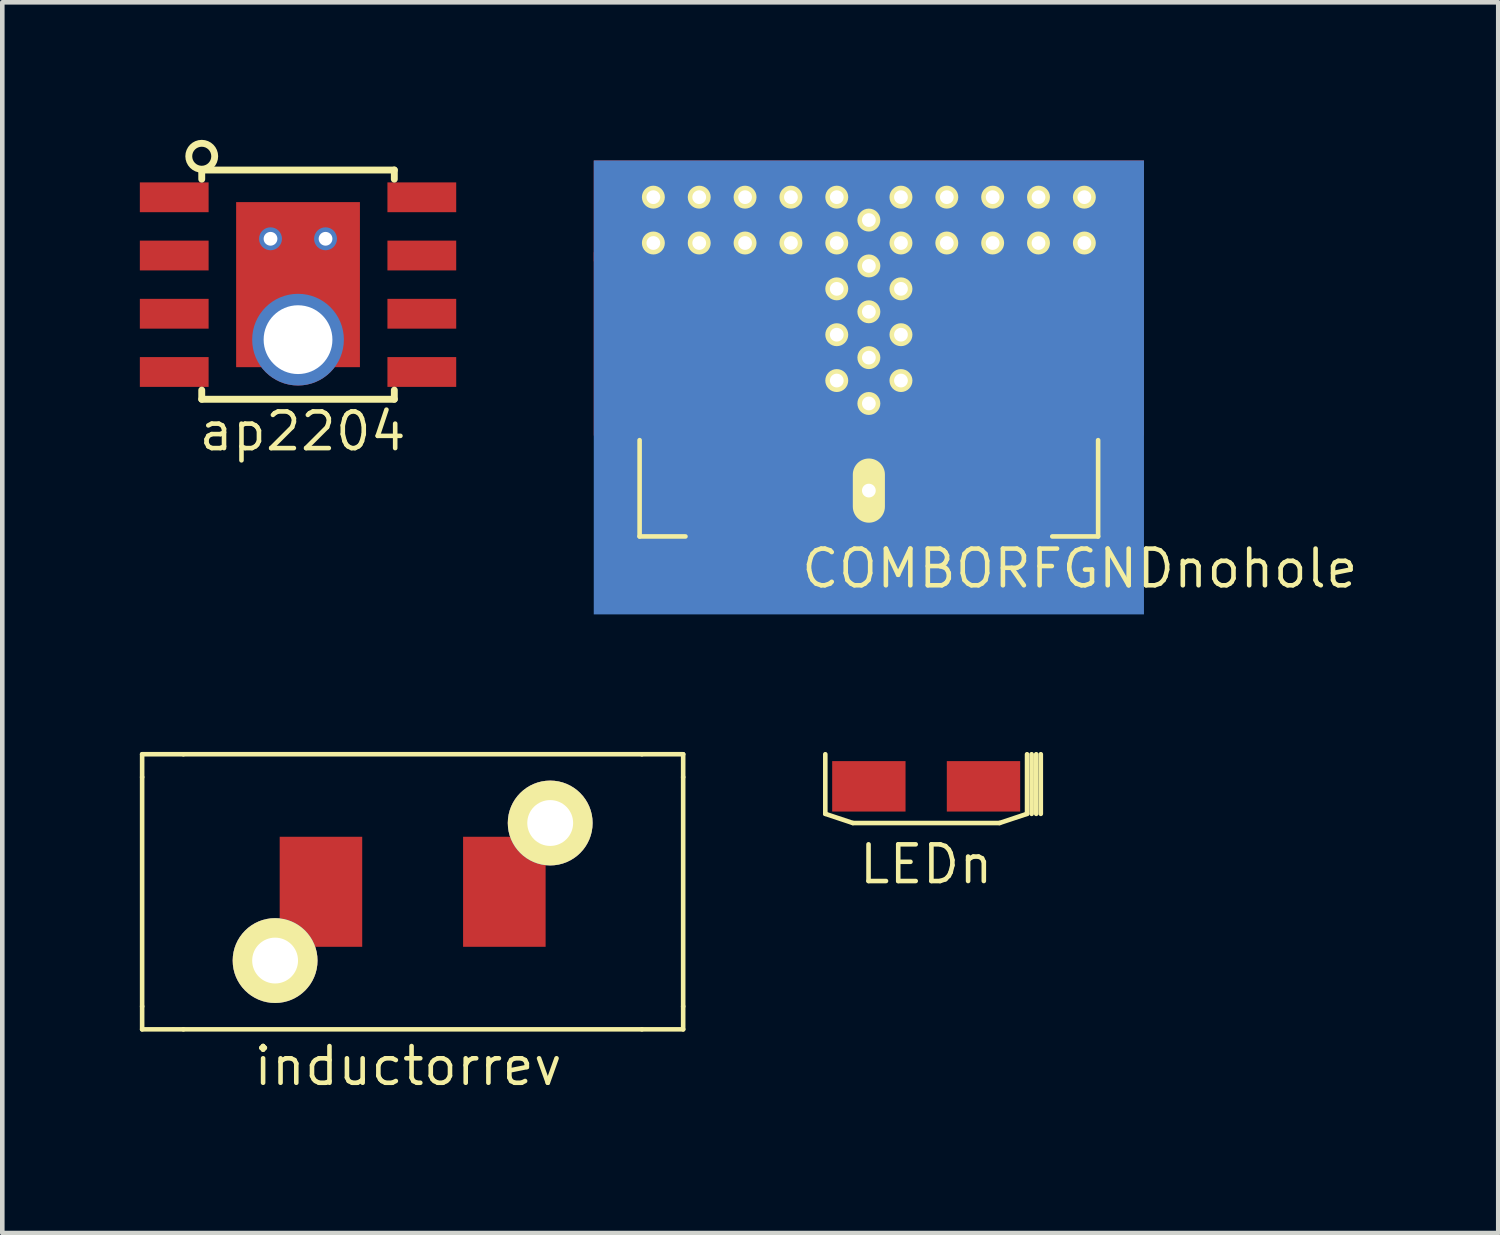
<source format=kicad_pcb>
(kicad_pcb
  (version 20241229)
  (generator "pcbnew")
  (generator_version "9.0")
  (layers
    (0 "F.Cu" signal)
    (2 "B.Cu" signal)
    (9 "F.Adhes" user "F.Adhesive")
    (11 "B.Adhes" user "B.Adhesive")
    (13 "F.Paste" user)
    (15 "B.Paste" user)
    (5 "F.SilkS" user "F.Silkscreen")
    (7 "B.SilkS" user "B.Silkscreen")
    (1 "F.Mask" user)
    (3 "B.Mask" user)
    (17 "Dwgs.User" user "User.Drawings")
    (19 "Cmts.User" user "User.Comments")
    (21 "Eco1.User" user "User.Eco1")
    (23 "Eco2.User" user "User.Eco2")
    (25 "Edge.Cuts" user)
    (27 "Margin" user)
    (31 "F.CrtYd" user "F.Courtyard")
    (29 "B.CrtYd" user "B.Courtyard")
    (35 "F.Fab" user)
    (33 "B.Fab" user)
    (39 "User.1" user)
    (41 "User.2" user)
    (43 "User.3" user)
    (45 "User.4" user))
  (footprint "ap2204"
    (layer "F.Cu")
    (at 3.45 3.158)
    (property "Reference" "ap2204" (at 0.1 3.2 0) (layer "F.SilkS") (effects (font (size 0.8 0.8) (thickness 0.1))))
    (attr through_hole)
    (fp_line (start -2.1 -2.5) (end 2.1 -2.5) (stroke (width 0.15) (type solid)) (layer "F.SilkS"))
    (fp_line (start -2.1 -2.3) (end -2.1 -2.5) (stroke (width 0.15) (type solid)) (layer "F.SilkS"))
    (fp_line (start -2.1 2.3) (end -2.1 2.5) (stroke (width 0.15) (type solid)) (layer "F.SilkS"))
    (fp_line (start -2.1 2.5) (end 2.1 2.5) (stroke (width 0.15) (type solid)) (layer "F.SilkS"))
    (fp_line (start 2.1 -2.5) (end 2.1 -2.3) (stroke (width 0.15) (type solid)) (layer "F.SilkS"))
    (fp_line (start 2.1 2.5) (end 2.1 2.3) (stroke (width 0.15) (type solid)) (layer "F.SilkS"))
    (fp_circle (center -2.1 -2.8) (end -2.3 -3) (stroke (width 0.15) (type solid)) (fill no) (layer "F.SilkS"))
    (pad "1" smd rect (at -2.7 -1.905) (size 1.5 0.65) (layers "F.Cu" "F.Mask" "F.Paste"))
    (pad "2" smd rect (at -2.7 -0.635) (size 1.5 0.65) (layers "F.Cu" "F.Mask" "F.Paste"))
    (pad "3" smd rect (at -2.7 0.635) (size 1.5 0.65) (layers "F.Cu" "F.Mask" "F.Paste"))
    (pad "4" smd rect (at -2.7 1.905) (size 1.5 0.65) (layers "F.Cu" "F.Mask" "F.Paste"))
    (pad "5" smd rect (at 2.7 1.905) (size 1.5 0.65) (layers "F.Cu" "F.Mask" "F.Paste"))
    (pad "6" smd rect (at 2.7 0.635) (size 1.5 0.65) (layers "F.Cu" "F.Mask" "F.Paste"))
    (pad "7" thru_hole circle (at -0.6 -1) (size 0.5 0.5) (drill 0.3) (layers "*.Cu" "*.Mask"))
    (pad "7" smd rect (at 0 0) (size 2.7 3.6) (layers "F.Cu" "F.Mask" "F.Paste"))
    (pad "7" thru_hole circle (at 0 1.2) (size 2 2) (drill 1.5) (layers "*.Cu" "*.Mask"))
    (pad "7" thru_hole circle (at 0.6 -1) (size 0.5 0.5) (drill 0.3) (layers "*.Cu" "*.Mask"))
    (pad "7" smd rect (at 2.7 -0.635) (size 1.5 0.65) (layers "F.Cu" "F.Mask" "F.Paste"))
    (pad "8" smd rect (at 2.7 -1.905) (size 1.5 0.65) (layers "F.Cu" "F.Mask" "F.Paste")))
  (footprint "COMBORFGNDnohole"
    (layer "F.Cu")
    (at 15.9 0.25)
    (property "Reference" "COMBORFGNDnohole" (at 4.6 9.1 0) (layer "F.SilkS") (effects (font (size 0.8 0.8) (thickness 0.1))))
    (attr through_hole)
    (fp_line (start -5 8.4) (end -5 6.3) (stroke (width 0.1) (type solid)) (layer "F.SilkS"))
    (fp_line (start -5 8.4) (end -4 8.4) (stroke (width 0.1) (type solid)) (layer "F.SilkS"))
    (fp_line (start 4 8.4) (end 5 8.4) (stroke (width 0.1) (type solid)) (layer "F.SilkS"))
    (fp_line (start 5 8.4) (end 5 6.3) (stroke (width 0.1) (type solid)) (layer "F.SilkS"))
    (pad "1" smd rect (at -3 6.2 180) (size 2 4.8) (layers "F.Cu" "F.Mask"))
    (pad "1" smd rect (at -1.6 6.3) (size 0.9 1.25) (layers "F.Cu" "F.Mask" "F.Paste"))
    (pad "2" smd rect (at -5.5 4.2 180) (size 1 4) (layers "F.Cu" "F.Mask"))
    (pad "2" thru_hole circle (at -4.7 1 180) (size 0.5 0.5) (drill 0.3) (layers "*.Cu" "*.Mask" "F.SilkS"))
    (pad "2" thru_hole circle (at -4.7 2 180) (size 0.5 0.5) (drill 0.3) (layers "*.Cu" "*.Mask" "F.SilkS"))
    (pad "2" thru_hole circle (at -3.7 1 180) (size 0.5 0.5) (drill 0.3) (layers "*.Cu" "*.Mask" "F.SilkS"))
    (pad "2" thru_hole circle (at -3.7 2 180) (size 0.5 0.5) (drill 0.3) (layers "*.Cu" "*.Mask" "F.SilkS"))
    (pad "2" thru_hole circle (at -2.7 1 180) (size 0.5 0.5) (drill 0.3) (layers "*.Cu" "*.Mask" "F.SilkS"))
    (pad "2" thru_hole circle (at -2.7 2 180) (size 0.5 0.5) (drill 0.3) (layers "*.Cu" "*.Mask" "F.SilkS"))
    (pad "2" thru_hole circle (at -1.7 1 180) (size 0.5 0.5) (drill 0.3) (layers "*.Cu" "*.Mask" "F.SilkS"))
    (pad "2" thru_hole circle (at -1.7 2 180) (size 0.5 0.5) (drill 0.3) (layers "*.Cu" "*.Mask" "F.SilkS"))
    (pad "2" thru_hole circle (at -0.7 1 180) (size 0.5 0.5) (drill 0.3) (layers "*.Cu" "*.Mask" "F.SilkS"))
    (pad "2" thru_hole circle (at -0.7 2 180) (size 0.5 0.5) (drill 0.3) (layers "*.Cu" "*.Mask" "F.SilkS"))
    (pad "2" thru_hole circle (at -0.7 3 180) (size 0.5 0.5) (drill 0.3) (layers "*.Cu" "*.Mask" "F.SilkS"))
    (pad "2" thru_hole circle (at -0.7 4 180) (size 0.5 0.5) (drill 0.3) (layers "*.Cu" "*.Mask" "F.SilkS"))
    (pad "2" thru_hole circle (at -0.7 5 180) (size 0.5 0.5) (drill 0.3) (layers "*.Cu" "*.Mask" "F.SilkS"))
    (pad "2" smd rect (at 0 1.3 180) (size 12 2.2) (layers "F.Cu" "F.Mask"))
    (pad "2" thru_hole circle (at 0 1.5 180) (size 0.5 0.5) (drill 0.3) (layers "*.Cu" "*.Mask" "F.SilkS"))
    (pad "2" thru_hole circle (at 0 2.5 180) (size 0.5 0.5) (drill 0.3) (layers "*.Cu" "*.Mask" "F.SilkS"))
    (pad "2" smd rect (at 0 3) (size 1.9 4.28) (layers "F.Cu" "F.Mask" "F.Paste"))
    (pad "2" thru_hole circle (at 0 3.5 180) (size 0.5 0.5) (drill 0.3) (layers "*.Cu" "*.Mask" "F.SilkS"))
    (pad "2" thru_hole circle (at 0 4.5 180) (size 0.5 0.5) (drill 0.3) (layers "*.Cu" "*.Mask" "F.SilkS"))
    (pad "2" smd rect (at 0 5.15 180) (size 12 9.9) (layers "B.Cu" "B.Mask"))
    (pad "2" smd trapezoid (at 0 5.4 180) (size 1.375 0.525) (rect_delta 0 0.525) (layers "F.Cu" "F.Mask" "F.Paste"))
    (pad "2" thru_hole circle (at 0 5.5 180) (size 0.5 0.5) (drill 0.3) (layers "*.Cu" "*.Mask" "F.SilkS"))
    (pad "2" smd rect (at 0 6.3) (size 0.7 1.4) (layers "F.Cu" "F.Mask" "F.Paste"))
    (pad "2" thru_hole oval (at 0 7.4 180) (size 0.7 1.4) (drill 0.3) (layers "*.Cu" "*.Mask" "F.SilkS"))
    (pad "2" thru_hole circle (at 0.7 1 180) (size 0.5 0.5) (drill 0.3) (layers "*.Cu" "*.Mask" "F.SilkS"))
    (pad "2" thru_hole circle (at 0.7 2 180) (size 0.5 0.5) (drill 0.3) (layers "*.Cu" "*.Mask" "F.SilkS"))
    (pad "2" thru_hole circle (at 0.7 3 180) (size 0.5 0.5) (drill 0.3) (layers "*.Cu" "*.Mask" "F.SilkS"))
    (pad "2" thru_hole circle (at 0.7 4 180) (size 0.5 0.5) (drill 0.3) (layers "*.Cu" "*.Mask" "F.SilkS"))
    (pad "2" thru_hole circle (at 0.7 5 180) (size 0.5 0.5) (drill 0.3) (layers "*.Cu" "*.Mask" "F.SilkS"))
    (pad "2" thru_hole circle (at 1.7 1 180) (size 0.5 0.5) (drill 0.3) (layers "*.Cu" "*.Mask" "F.SilkS"))
    (pad "2" thru_hole circle (at 1.7 2 180) (size 0.5 0.5) (drill 0.3) (layers "*.Cu" "*.Mask" "F.SilkS"))
    (pad "2" thru_hole circle (at 2.7 1 180) (size 0.5 0.5) (drill 0.3) (layers "*.Cu" "*.Mask" "F.SilkS"))
    (pad "2" thru_hole circle (at 2.7 2 180) (size 0.5 0.5) (drill 0.3) (layers "*.Cu" "*.Mask" "F.SilkS"))
    (pad "2" thru_hole circle (at 3.7 1 180) (size 0.5 0.5) (drill 0.3) (layers "*.Cu" "*.Mask" "F.SilkS"))
    (pad "2" thru_hole circle (at 3.7 2 180) (size 0.5 0.5) (drill 0.3) (layers "*.Cu" "*.Mask" "F.SilkS"))
    (pad "2" thru_hole circle (at 4.7 1 180) (size 0.5 0.5) (drill 0.3) (layers "*.Cu" "*.Mask" "F.SilkS"))
    (pad "2" thru_hole circle (at 4.7 2 180) (size 0.5 0.5) (drill 0.3) (layers "*.Cu" "*.Mask" "F.SilkS"))
    (pad "2" smd rect (at 5.5 4.2 180) (size 1 4) (layers "F.Cu" "F.Mask"))
    (pad "3" smd rect (at 1.6 6.3) (size 0.9 1.25) (layers "F.Cu" "F.Mask" "F.Paste"))
    (pad "3" smd rect (at 3 6.2 180) (size 2 4.8) (layers "F.Cu" "F.Mask")))
  (footprint "LEDn"
    (layer "F.Cu")
    (at 17.15 14.1)
    (property "Reference" "LEDn" (at 0 1.7 0) (layer "F.SilkS") (effects (font (size 0.8 0.8) (thickness 0.1))))
    (attr through_hole)
    (fp_line (start -2.2 -0.7) (end -2.2 0.6) (stroke (width 0.1) (type solid)) (layer "F.SilkS"))
    (fp_line (start -2.2 0.6) (end -1.6 0.8) (stroke (width 0.1) (type solid)) (layer "F.SilkS"))
    (fp_line (start -1.6 0.8) (end 1.6 0.8) (stroke (width 0.1) (type solid)) (layer "F.SilkS"))
    (fp_line (start 1.6 0.8) (end 2.2 0.6) (stroke (width 0.1) (type solid)) (layer "F.SilkS"))
    (fp_line (start 2.2 0.6) (end 2.2 -0.7) (stroke (width 0.1) (type solid)) (layer "F.SilkS"))
    (fp_line (start 2.3 -0.7) (end 2.3 0.6) (stroke (width 0.1) (type solid)) (layer "F.SilkS"))
    (fp_line (start 2.4 -0.7) (end 2.4 0.6) (stroke (width 0.1) (type solid)) (layer "F.SilkS"))
    (fp_line (start 2.5 -0.7) (end 2.5 0.6) (stroke (width 0.1) (type solid)) (layer "F.SilkS"))
    (pad "1" smd rect (at 1.25 0) (size 1.6 1.1) (layers "F.Cu" "F.Mask" "F.Paste"))
    (pad "2" smd rect (at -1.25 0) (size 1.6 1.1) (layers "F.Cu" "F.Mask" "F.Paste")))
  (footprint "inductorrev"
    (layer "F.Cu")
    (at 5.95 16.4)
    (property "Reference" "inductorrev" (at -0.1 3.8 0) (layer "F.SilkS") (effects (font (size 0.8 0.8) (thickness 0.1))))
    (attr through_hole)
    (fp_line (start -5.9 -3) (end -5.9 -2.5) (stroke (width 0.1) (type solid)) (layer "F.SilkS"))
    (fp_line (start -5.9 2.5) (end -5.9 -2.5) (stroke (width 0.1) (type solid)) (layer "F.SilkS"))
    (fp_line (start -5.9 2.5) (end -5.9 3) (stroke (width 0.1) (type solid)) (layer "F.SilkS"))
    (fp_line (start -5.9 3) (end -5 3) (stroke (width 0.1) (type solid)) (layer "F.SilkS"))
    (fp_line (start -5 -3) (end -5.9 -3) (stroke (width 0.1) (type solid)) (layer "F.SilkS"))
    (fp_line (start -5 -3) (end 5 -3) (stroke (width 0.1) (type solid)) (layer "F.SilkS"))
    (fp_line (start 5 3) (end -5 3) (stroke (width 0.1) (type solid)) (layer "F.SilkS"))
    (fp_line (start 5 3) (end 5.9 3) (stroke (width 0.1) (type solid)) (layer "F.SilkS"))
    (fp_line (start 5.9 -3) (end 5 -3) (stroke (width 0.1) (type solid)) (layer "F.SilkS"))
    (fp_line (start 5.9 -2.5) (end 5.9 -3) (stroke (width 0.1) (type solid)) (layer "F.SilkS"))
    (fp_line (start 5.9 -2.5) (end 5.9 2.5) (stroke (width 0.1) (type solid)) (layer "F.SilkS"))
    (fp_line (start 5.9 3) (end 5.9 2.5) (stroke (width 0.1) (type solid)) (layer "F.SilkS"))
    (pad "1" thru_hole circle (at -3 1.5) (size 1.85 1.85) (drill 1) (layers "*.Cu" "*.Mask" "F.SilkS"))
    (pad "1" smd rect (at -2 0) (size 1.8 2.4) (layers "F.Cu" "F.Mask" "F.Paste"))
    (pad "2" smd rect (at 2 0) (size 1.8 2.4) (layers "F.Cu" "F.Mask" "F.Paste"))
    (pad "2" thru_hole circle (at 3 -1.5) (size 1.85 1.85) (drill 1) (layers "*.Cu" "*.Mask" "F.SilkS")))
  (gr_rect
    (start -3 -3)
    (end 29.627 23.843)
    (stroke (width 0.1) (type default))
    (fill no)
    (layer "Edge.Cuts")))
</source>
